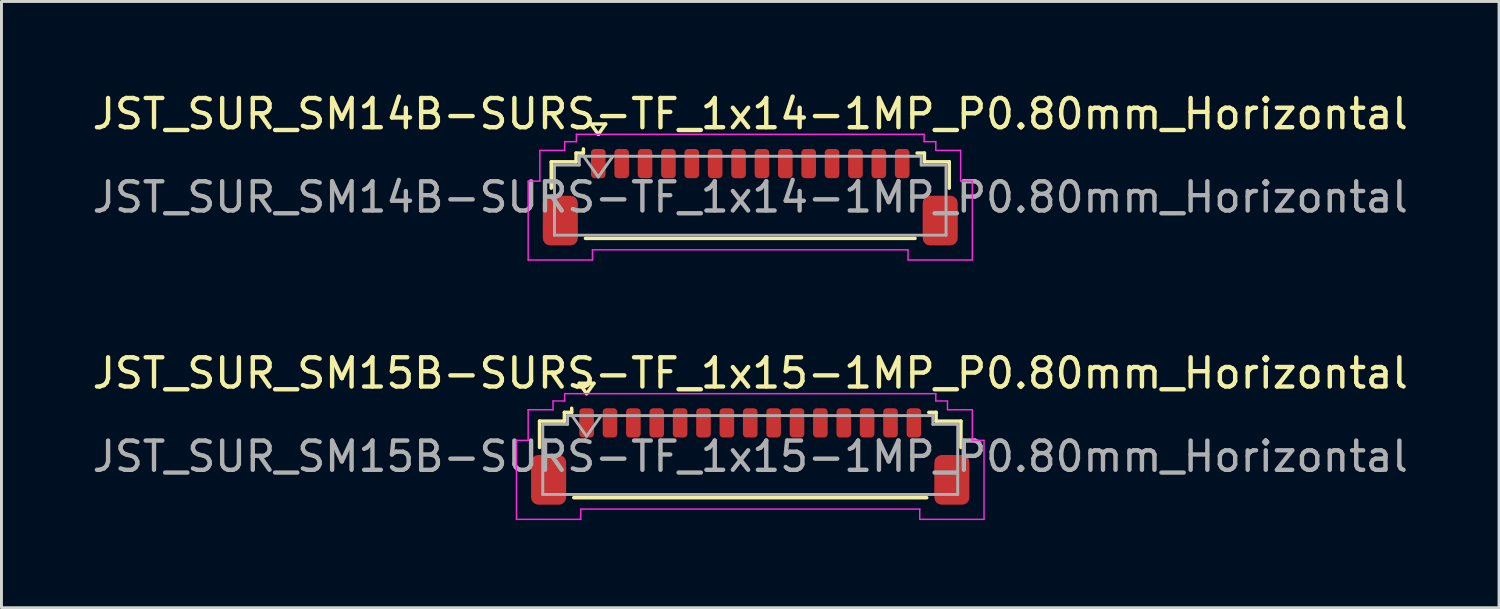
<source format=kicad_pcb>
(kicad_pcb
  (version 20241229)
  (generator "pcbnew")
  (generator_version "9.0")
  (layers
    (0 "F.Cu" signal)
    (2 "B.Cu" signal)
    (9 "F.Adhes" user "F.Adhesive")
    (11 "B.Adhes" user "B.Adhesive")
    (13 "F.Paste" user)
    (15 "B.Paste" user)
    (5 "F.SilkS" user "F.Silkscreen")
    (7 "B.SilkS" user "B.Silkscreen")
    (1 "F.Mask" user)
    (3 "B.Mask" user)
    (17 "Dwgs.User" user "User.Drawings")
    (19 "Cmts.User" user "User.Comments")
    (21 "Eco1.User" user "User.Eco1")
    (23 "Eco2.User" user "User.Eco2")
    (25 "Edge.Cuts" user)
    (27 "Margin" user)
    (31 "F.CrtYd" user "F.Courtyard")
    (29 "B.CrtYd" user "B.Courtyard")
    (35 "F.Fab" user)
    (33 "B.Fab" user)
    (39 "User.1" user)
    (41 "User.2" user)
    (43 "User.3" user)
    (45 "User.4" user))
  (footprint "JST_SUR_SM15B-SURS-TF_1x15-1MP_P0.80mm_Horizontal"
    (layer "F.Cu")
    (at 22.625 12.572)
    (property "Reference" "JST_SUR_SM15B-SURS-TF_1x15-1MP_P0.80mm_Horizontal" (at 0 -2.85 0) (layer "F.SilkS") (effects (font (size 1 1) (thickness 0.15))))
    (attr smd)
    (fp_line (start -7.21 -1.21) (end -6.36 -1.21) (stroke (width 0.12) (type solid)) (layer "F.SilkS"))
    (fp_line (start -7.21 -0.31) (end -7.21 -1.21) (stroke (width 0.12) (type solid)) (layer "F.SilkS"))
    (fp_line (start -6.36 -1.51) (end -6.11 -1.51) (stroke (width 0.12) (type solid)) (layer "F.SilkS"))
    (fp_line (start -6.36 -1.21) (end -6.36 -1.51) (stroke (width 0.12) (type solid)) (layer "F.SilkS"))
    (fp_line (start -6.11 -1.51) (end -6.11 -1.65) (stroke (width 0.12) (type solid)) (layer "F.SilkS"))
    (fp_line (start -6.04 1.41) (end 6.04 1.41) (stroke (width 0.12) (type solid)) (layer "F.SilkS"))
    (fp_line (start -5.85 -2.504) (end -5.6 -2.15) (stroke (width 0.12) (type solid)) (layer "F.SilkS"))
    (fp_line (start -5.6 -2.15) (end -5.35 -2.504) (stroke (width 0.12) (type solid)) (layer "F.SilkS"))
    (fp_line (start -5.35 -2.504) (end -5.85 -2.504) (stroke (width 0.12) (type solid)) (layer "F.SilkS"))
    (fp_line (start 6.36 -1.51) (end 6.11 -1.51) (stroke (width 0.12) (type solid)) (layer "F.SilkS"))
    (fp_line (start 6.36 -1.21) (end 6.36 -1.51) (stroke (width 0.12) (type solid)) (layer "F.SilkS"))
    (fp_line (start 7.21 -1.21) (end 6.36 -1.21) (stroke (width 0.12) (type solid)) (layer "F.SilkS"))
    (fp_line (start 7.21 -0.31) (end 7.21 -1.21) (stroke (width 0.12) (type solid)) (layer "F.SilkS"))
    (fp_line (start -8 -0.55) (end -7.6 -0.55) (stroke (width 0.05) (type solid)) (layer "F.CrtYd"))
    (fp_line (start -8 2.15) (end -8 -0.55) (stroke (width 0.05) (type solid)) (layer "F.CrtYd"))
    (fp_line (start -7.6 -1.6) (end -6.75 -1.6) (stroke (width 0.05) (type solid)) (layer "F.CrtYd"))
    (fp_line (start -7.6 -0.55) (end -7.6 -1.6) (stroke (width 0.05) (type solid)) (layer "F.CrtYd"))
    (fp_line (start -6.75 -1.9) (end -6.35 -1.9) (stroke (width 0.05) (type solid)) (layer "F.CrtYd"))
    (fp_line (start -6.75 -1.6) (end -6.75 -1.9) (stroke (width 0.05) (type solid)) (layer "F.CrtYd"))
    (fp_line (start -6.35 -2.15) (end 6.35 -2.15) (stroke (width 0.05) (type solid)) (layer "F.CrtYd"))
    (fp_line (start -6.35 -1.9) (end -6.35 -2.15) (stroke (width 0.05) (type solid)) (layer "F.CrtYd"))
    (fp_line (start -5.8 1.8) (end -5.8 2.15) (stroke (width 0.05) (type solid)) (layer "F.CrtYd"))
    (fp_line (start -5.8 2.15) (end -8 2.15) (stroke (width 0.05) (type solid)) (layer "F.CrtYd"))
    (fp_line (start 5.8 1.8) (end -5.8 1.8) (stroke (width 0.05) (type solid)) (layer "F.CrtYd"))
    (fp_line (start 5.8 2.15) (end 5.8 1.8) (stroke (width 0.05) (type solid)) (layer "F.CrtYd"))
    (fp_line (start 6.35 -2.15) (end 6.35 -1.9) (stroke (width 0.05) (type solid)) (layer "F.CrtYd"))
    (fp_line (start 6.35 -1.9) (end 6.75 -1.9) (stroke (width 0.05) (type solid)) (layer "F.CrtYd"))
    (fp_line (start 6.75 -1.9) (end 6.75 -1.6) (stroke (width 0.05) (type solid)) (layer "F.CrtYd"))
    (fp_line (start 6.75 -1.6) (end 7.6 -1.6) (stroke (width 0.05) (type solid)) (layer "F.CrtYd"))
    (fp_line (start 7.6 -1.6) (end 7.6 -0.55) (stroke (width 0.05) (type solid)) (layer "F.CrtYd"))
    (fp_line (start 7.6 -0.55) (end 8 -0.55) (stroke (width 0.05) (type solid)) (layer "F.CrtYd"))
    (fp_line (start 8 -0.55) (end 8 2.15) (stroke (width 0.05) (type solid)) (layer "F.CrtYd"))
    (fp_line (start 8 2.15) (end 5.8 2.15) (stroke (width 0.05) (type solid)) (layer "F.CrtYd"))
    (fp_line (start -7.1 -1.1) (end -7.1 1.3) (stroke (width 0.1) (type solid)) (layer "F.Fab"))
    (fp_line (start -7.1 -1.1) (end -6.25 -1.1) (stroke (width 0.1) (type solid)) (layer "F.Fab"))
    (fp_line (start -7.1 1.3) (end 7.1 1.3) (stroke (width 0.1) (type solid)) (layer "F.Fab"))
    (fp_line (start -6.25 -1.4) (end 6.25 -1.4) (stroke (width 0.1) (type solid)) (layer "F.Fab"))
    (fp_line (start -6.25 -1.1) (end -6.25 -1.4) (stroke (width 0.1) (type solid)) (layer "F.Fab"))
    (fp_line (start -6.1 -1.4) (end -5.6 -0.693) (stroke (width 0.1) (type solid)) (layer "F.Fab"))
    (fp_line (start -5.6 -0.693) (end -5.1 -1.4) (stroke (width 0.1) (type solid)) (layer "F.Fab"))
    (fp_line (start 6.25 -1.4) (end 6.25 -1.1) (stroke (width 0.1) (type solid)) (layer "F.Fab"))
    (fp_line (start 6.25 -1.1) (end 7.1 -1.1) (stroke (width 0.1) (type solid)) (layer "F.Fab"))
    (fp_line (start 7.1 -1.1) (end 7.1 1.3) (stroke (width 0.1) (type solid)) (layer "F.Fab"))
    (fp_text user "${REFERENCE}" (at 0 0 0) (layer "F.Fab") (effects (font (size 1 1) (thickness 0.15))))
    (pad "1" smd roundrect (at -5.6 -1.15) (size 0.5 1) (layers "F.Cu" "F.Mask" "F.Paste") (roundrect_rratio 0.25))
    (pad "2" smd roundrect (at -4.8 -1.15) (size 0.5 1) (layers "F.Cu" "F.Mask" "F.Paste") (roundrect_rratio 0.25))
    (pad "3" smd roundrect (at -4 -1.15) (size 0.5 1) (layers "F.Cu" "F.Mask" "F.Paste") (roundrect_rratio 0.25))
    (pad "4" smd roundrect (at -3.2 -1.15) (size 0.5 1) (layers "F.Cu" "F.Mask" "F.Paste") (roundrect_rratio 0.25))
    (pad "5" smd roundrect (at -2.4 -1.15) (size 0.5 1) (layers "F.Cu" "F.Mask" "F.Paste") (roundrect_rratio 0.25))
    (pad "6" smd roundrect (at -1.6 -1.15) (size 0.5 1) (layers "F.Cu" "F.Mask" "F.Paste") (roundrect_rratio 0.25))
    (pad "7" smd roundrect (at -0.8 -1.15) (size 0.5 1) (layers "F.Cu" "F.Mask" "F.Paste") (roundrect_rratio 0.25))
    (pad "8" smd roundrect (at 0 -1.15) (size 0.5 1) (layers "F.Cu" "F.Mask" "F.Paste") (roundrect_rratio 0.25))
    (pad "9" smd roundrect (at 0.8 -1.15) (size 0.5 1) (layers "F.Cu" "F.Mask" "F.Paste") (roundrect_rratio 0.25))
    (pad "10" smd roundrect (at 1.6 -1.15) (size 0.5 1) (layers "F.Cu" "F.Mask" "F.Paste") (roundrect_rratio 0.25))
    (pad "11" smd roundrect (at 2.4 -1.15) (size 0.5 1) (layers "F.Cu" "F.Mask" "F.Paste") (roundrect_rratio 0.25))
    (pad "12" smd roundrect (at 3.2 -1.15) (size 0.5 1) (layers "F.Cu" "F.Mask" "F.Paste") (roundrect_rratio 0.25))
    (pad "13" smd roundrect (at 4 -1.15) (size 0.5 1) (layers "F.Cu" "F.Mask" "F.Paste") (roundrect_rratio 0.25))
    (pad "14" smd roundrect (at 4.8 -1.15) (size 0.5 1) (layers "F.Cu" "F.Mask" "F.Paste") (roundrect_rratio 0.25))
    (pad "15" smd roundrect (at 5.6 -1.15) (size 0.5 1) (layers "F.Cu" "F.Mask" "F.Paste") (roundrect_rratio 0.25))
    (pad "MP" smd roundrect (at -6.9 0.8) (size 1.2 1.7) (layers "F.Cu" "F.Mask" "F.Paste") (roundrect_rratio 0.208))
    (pad "MP" smd roundrect (at 6.9 0.8) (size 1.2 1.7) (layers "F.Cu" "F.Mask" "F.Paste") (roundrect_rratio 0.208)))
  (footprint "JST_SUR_SM14B-SURS-TF_1x14-1MP_P0.80mm_Horizontal"
    (layer "F.Cu")
    (at 22.625 3.698)
    (property "Reference" "JST_SUR_SM14B-SURS-TF_1x14-1MP_P0.80mm_Horizontal" (at 0 -2.85 0) (layer "F.SilkS") (effects (font (size 1 1) (thickness 0.15))))
    (attr smd)
    (fp_line (start -6.81 -1.21) (end -5.96 -1.21) (stroke (width 0.12) (type solid)) (layer "F.SilkS"))
    (fp_line (start -6.81 -0.31) (end -6.81 -1.21) (stroke (width 0.12) (type solid)) (layer "F.SilkS"))
    (fp_line (start -5.96 -1.51) (end -5.71 -1.51) (stroke (width 0.12) (type solid)) (layer "F.SilkS"))
    (fp_line (start -5.96 -1.21) (end -5.96 -1.51) (stroke (width 0.12) (type solid)) (layer "F.SilkS"))
    (fp_line (start -5.71 -1.51) (end -5.71 -1.65) (stroke (width 0.12) (type solid)) (layer "F.SilkS"))
    (fp_line (start -5.64 1.41) (end 5.64 1.41) (stroke (width 0.12) (type solid)) (layer "F.SilkS"))
    (fp_line (start -5.45 -2.504) (end -5.2 -2.15) (stroke (width 0.12) (type solid)) (layer "F.SilkS"))
    (fp_line (start -5.2 -2.15) (end -4.95 -2.504) (stroke (width 0.12) (type solid)) (layer "F.SilkS"))
    (fp_line (start -4.95 -2.504) (end -5.45 -2.504) (stroke (width 0.12) (type solid)) (layer "F.SilkS"))
    (fp_line (start 5.96 -1.51) (end 5.71 -1.51) (stroke (width 0.12) (type solid)) (layer "F.SilkS"))
    (fp_line (start 5.96 -1.21) (end 5.96 -1.51) (stroke (width 0.12) (type solid)) (layer "F.SilkS"))
    (fp_line (start 6.81 -1.21) (end 5.96 -1.21) (stroke (width 0.12) (type solid)) (layer "F.SilkS"))
    (fp_line (start 6.81 -0.31) (end 6.81 -1.21) (stroke (width 0.12) (type solid)) (layer "F.SilkS"))
    (fp_line (start -7.6 -0.55) (end -7.2 -0.55) (stroke (width 0.05) (type solid)) (layer "F.CrtYd"))
    (fp_line (start -7.6 2.15) (end -7.6 -0.55) (stroke (width 0.05) (type solid)) (layer "F.CrtYd"))
    (fp_line (start -7.2 -1.6) (end -6.35 -1.6) (stroke (width 0.05) (type solid)) (layer "F.CrtYd"))
    (fp_line (start -7.2 -0.55) (end -7.2 -1.6) (stroke (width 0.05) (type solid)) (layer "F.CrtYd"))
    (fp_line (start -6.35 -1.9) (end -5.95 -1.9) (stroke (width 0.05) (type solid)) (layer "F.CrtYd"))
    (fp_line (start -6.35 -1.6) (end -6.35 -1.9) (stroke (width 0.05) (type solid)) (layer "F.CrtYd"))
    (fp_line (start -5.95 -2.15) (end 5.95 -2.15) (stroke (width 0.05) (type solid)) (layer "F.CrtYd"))
    (fp_line (start -5.95 -1.9) (end -5.95 -2.15) (stroke (width 0.05) (type solid)) (layer "F.CrtYd"))
    (fp_line (start -5.4 1.8) (end -5.4 2.15) (stroke (width 0.05) (type solid)) (layer "F.CrtYd"))
    (fp_line (start -5.4 2.15) (end -7.6 2.15) (stroke (width 0.05) (type solid)) (layer "F.CrtYd"))
    (fp_line (start 5.4 1.8) (end -5.4 1.8) (stroke (width 0.05) (type solid)) (layer "F.CrtYd"))
    (fp_line (start 5.4 2.15) (end 5.4 1.8) (stroke (width 0.05) (type solid)) (layer "F.CrtYd"))
    (fp_line (start 5.95 -2.15) (end 5.95 -1.9) (stroke (width 0.05) (type solid)) (layer "F.CrtYd"))
    (fp_line (start 5.95 -1.9) (end 6.35 -1.9) (stroke (width 0.05) (type solid)) (layer "F.CrtYd"))
    (fp_line (start 6.35 -1.9) (end 6.35 -1.6) (stroke (width 0.05) (type solid)) (layer "F.CrtYd"))
    (fp_line (start 6.35 -1.6) (end 7.2 -1.6) (stroke (width 0.05) (type solid)) (layer "F.CrtYd"))
    (fp_line (start 7.2 -1.6) (end 7.2 -0.55) (stroke (width 0.05) (type solid)) (layer "F.CrtYd"))
    (fp_line (start 7.2 -0.55) (end 7.6 -0.55) (stroke (width 0.05) (type solid)) (layer "F.CrtYd"))
    (fp_line (start 7.6 -0.55) (end 7.6 2.15) (stroke (width 0.05) (type solid)) (layer "F.CrtYd"))
    (fp_line (start 7.6 2.15) (end 5.4 2.15) (stroke (width 0.05) (type solid)) (layer "F.CrtYd"))
    (fp_line (start -6.7 -1.1) (end -6.7 1.3) (stroke (width 0.1) (type solid)) (layer "F.Fab"))
    (fp_line (start -6.7 -1.1) (end -5.85 -1.1) (stroke (width 0.1) (type solid)) (layer "F.Fab"))
    (fp_line (start -6.7 1.3) (end 6.7 1.3) (stroke (width 0.1) (type solid)) (layer "F.Fab"))
    (fp_line (start -5.85 -1.4) (end 5.85 -1.4) (stroke (width 0.1) (type solid)) (layer "F.Fab"))
    (fp_line (start -5.85 -1.1) (end -5.85 -1.4) (stroke (width 0.1) (type solid)) (layer "F.Fab"))
    (fp_line (start -5.7 -1.4) (end -5.2 -0.693) (stroke (width 0.1) (type solid)) (layer "F.Fab"))
    (fp_line (start -5.2 -0.693) (end -4.7 -1.4) (stroke (width 0.1) (type solid)) (layer "F.Fab"))
    (fp_line (start 5.85 -1.4) (end 5.85 -1.1) (stroke (width 0.1) (type solid)) (layer "F.Fab"))
    (fp_line (start 5.85 -1.1) (end 6.7 -1.1) (stroke (width 0.1) (type solid)) (layer "F.Fab"))
    (fp_line (start 6.7 -1.1) (end 6.7 1.3) (stroke (width 0.1) (type solid)) (layer "F.Fab"))
    (fp_text user "${REFERENCE}" (at 0 0 0) (layer "F.Fab") (effects (font (size 1 1) (thickness 0.15))))
    (pad "1" smd roundrect (at -5.2 -1.15) (size 0.5 1) (layers "F.Cu" "F.Mask" "F.Paste") (roundrect_rratio 0.25))
    (pad "2" smd roundrect (at -4.4 -1.15) (size 0.5 1) (layers "F.Cu" "F.Mask" "F.Paste") (roundrect_rratio 0.25))
    (pad "3" smd roundrect (at -3.6 -1.15) (size 0.5 1) (layers "F.Cu" "F.Mask" "F.Paste") (roundrect_rratio 0.25))
    (pad "4" smd roundrect (at -2.8 -1.15) (size 0.5 1) (layers "F.Cu" "F.Mask" "F.Paste") (roundrect_rratio 0.25))
    (pad "5" smd roundrect (at -2 -1.15) (size 0.5 1) (layers "F.Cu" "F.Mask" "F.Paste") (roundrect_rratio 0.25))
    (pad "6" smd roundrect (at -1.2 -1.15) (size 0.5 1) (layers "F.Cu" "F.Mask" "F.Paste") (roundrect_rratio 0.25))
    (pad "7" smd roundrect (at -0.4 -1.15) (size 0.5 1) (layers "F.Cu" "F.Mask" "F.Paste") (roundrect_rratio 0.25))
    (pad "8" smd roundrect (at 0.4 -1.15) (size 0.5 1) (layers "F.Cu" "F.Mask" "F.Paste") (roundrect_rratio 0.25))
    (pad "9" smd roundrect (at 1.2 -1.15) (size 0.5 1) (layers "F.Cu" "F.Mask" "F.Paste") (roundrect_rratio 0.25))
    (pad "10" smd roundrect (at 2 -1.15) (size 0.5 1) (layers "F.Cu" "F.Mask" "F.Paste") (roundrect_rratio 0.25))
    (pad "11" smd roundrect (at 2.8 -1.15) (size 0.5 1) (layers "F.Cu" "F.Mask" "F.Paste") (roundrect_rratio 0.25))
    (pad "12" smd roundrect (at 3.6 -1.15) (size 0.5 1) (layers "F.Cu" "F.Mask" "F.Paste") (roundrect_rratio 0.25))
    (pad "13" smd roundrect (at 4.4 -1.15) (size 0.5 1) (layers "F.Cu" "F.Mask" "F.Paste") (roundrect_rratio 0.25))
    (pad "14" smd roundrect (at 5.2 -1.15) (size 0.5 1) (layers "F.Cu" "F.Mask" "F.Paste") (roundrect_rratio 0.25))
    (pad "MP" smd roundrect (at -6.5 0.8) (size 1.2 1.7) (layers "F.Cu" "F.Mask" "F.Paste") (roundrect_rratio 0.208))
    (pad "MP" smd roundrect (at 6.5 0.8) (size 1.2 1.7) (layers "F.Cu" "F.Mask" "F.Paste") (roundrect_rratio 0.208)))
  (gr_rect
    (start -3 -3)
    (end 48.25 17.747)
    (stroke (width 0.1) (type default))
    (fill no)
    (layer "Edge.Cuts")))
</source>
